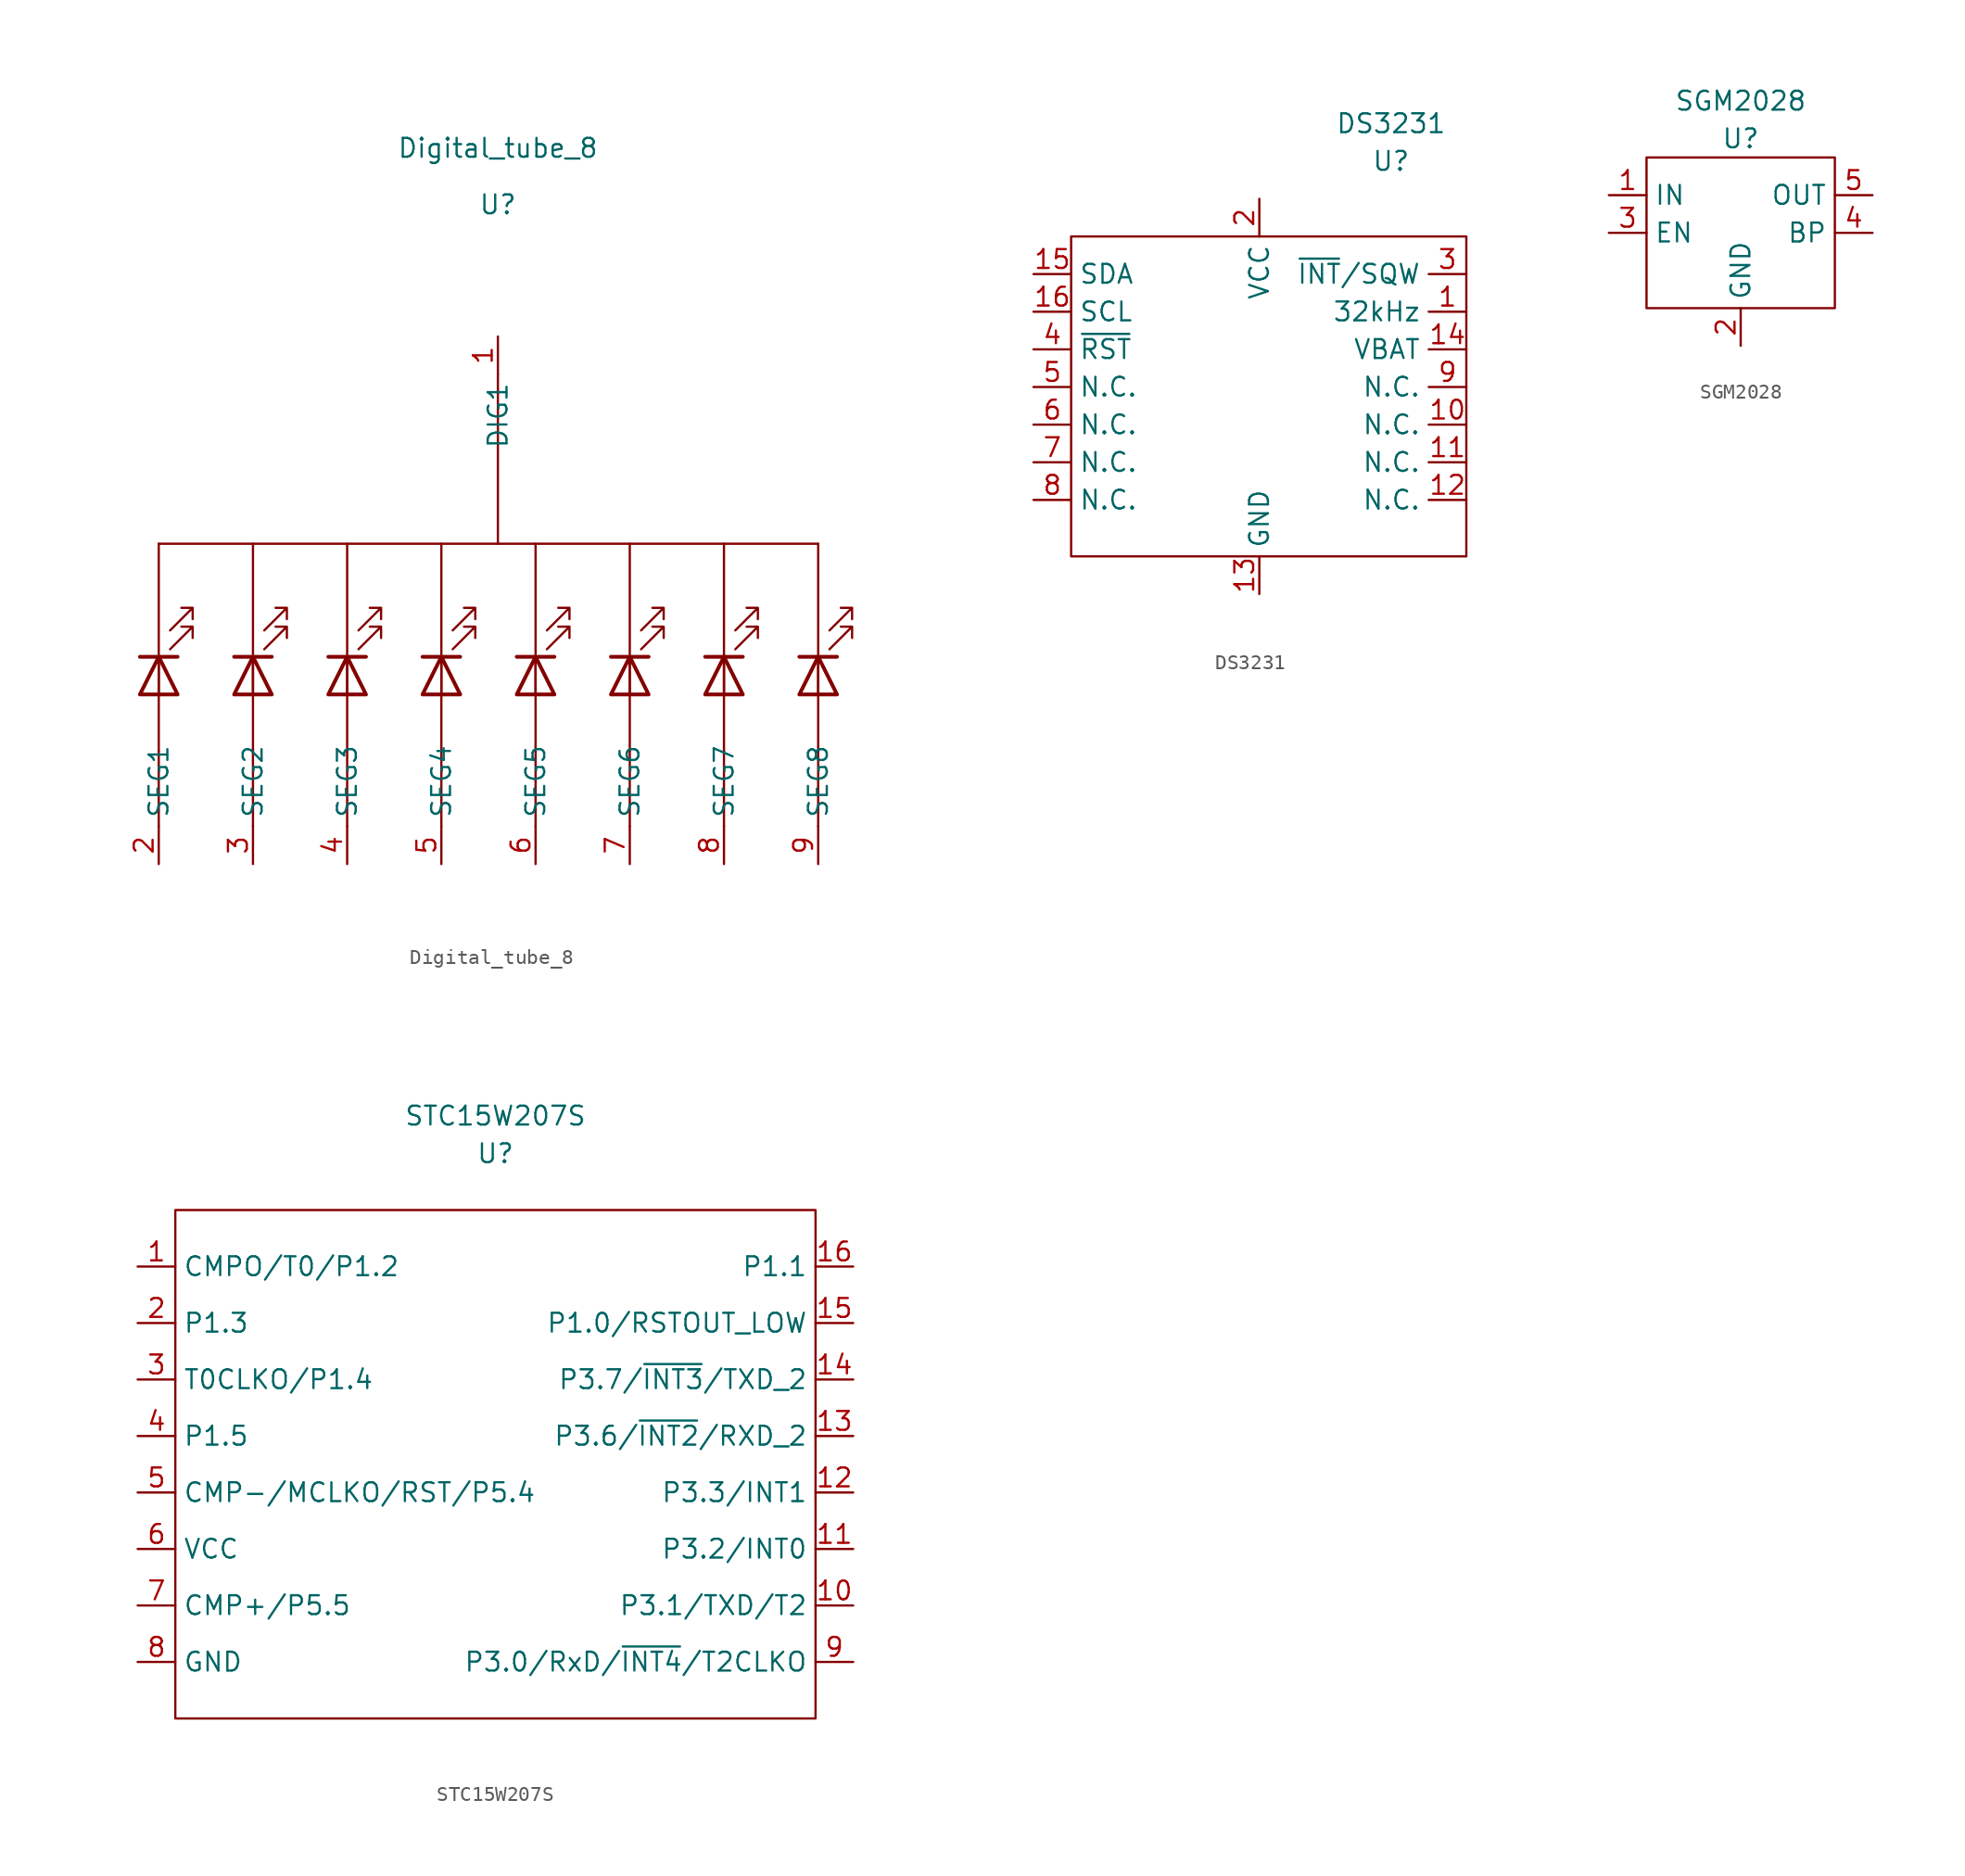
<source format=kicad_sym>
(kicad_symbol_lib
  (version 20220914)
  (generator kicad_symbol_editor)
  (symbol "Digital_tube_8"
    (property "Reference" "U"
      (at 0 5.08 0)
      (effects (font (size 1.27 1.27))))
    (property "Value" "Digital_tube_8"
      (at 0 8.89 0)
      (effects (font (size 1.27 1.27))))
    (symbol "Digital_tube_8_0_0"
      (polyline (pts (xy -22.86 -31.75) (xy -22.86 -36.83)) (stroke (width 0) (type default)) (fill (type none)))
      (polyline (pts (xy -22.86 -31.75) (xy -22.86 -17.78)) (stroke (width 0) (type default)) (fill (type none)))
      (polyline (pts (xy -22.86 -17.78) (xy 21.59 -17.78)) (stroke (width 0) (type default)) (fill (type none)))
      (polyline (pts (xy -16.51 -31.75) (xy -16.51 -36.83)) (stroke (width 0) (type default)) (fill (type none)))
      (polyline (pts (xy -16.51 -31.75) (xy -16.51 -17.78)) (stroke (width 0) (type default)) (fill (type none)))
      (polyline (pts (xy -10.16 -31.75) (xy -10.16 -36.83)) (stroke (width 0) (type default)) (fill (type none)))
      (polyline (pts (xy -10.16 -31.75) (xy -10.16 -17.78)) (stroke (width 0) (type default)) (fill (type none)))
      (polyline (pts (xy -3.81 -31.75) (xy -3.81 -36.83)) (stroke (width 0) (type default)) (fill (type none)))
      (polyline (pts (xy -3.81 -31.75) (xy -3.81 -17.78)) (stroke (width 0) (type default)) (fill (type none)))
      (polyline (pts (xy 0 -17.78) (xy 0 -6.35)) (stroke (width 0) (type default)) (fill (type none)))
      (polyline (pts (xy 2.54 -31.75) (xy 2.54 -36.83)) (stroke (width 0) (type default)) (fill (type none)))
      (polyline (pts (xy 2.54 -31.75) (xy 2.54 -17.78)) (stroke (width 0) (type default)) (fill (type none)))
      (polyline (pts (xy 8.89 -31.75) (xy 8.89 -36.83)) (stroke (width 0) (type default)) (fill (type none)))
      (polyline (pts (xy 8.89 -31.75) (xy 8.89 -17.78)) (stroke (width 0) (type default)) (fill (type none)))
      (polyline (pts (xy 15.24 -31.75) (xy 15.24 -36.83)) (stroke (width 0) (type default)) (fill (type none)))
      (polyline (pts (xy 15.24 -31.75) (xy 15.24 -17.78)) (stroke (width 0) (type default)) (fill (type none)))
      (polyline (pts (xy 21.59 -31.75) (xy 21.59 -36.83)) (stroke (width 0) (type default)) (fill (type none)))
      (polyline (pts (xy 21.59 -31.75) (xy 21.59 -17.78)) (stroke (width 0) (type default)) (fill (type none)))
      (pin input line (at 0 -3.81 270) (length 2.54) (name "DIG1" (effects (font (size 1.27 1.27)))) (number "1" (effects (font (size 1.27 1.27)))))
      (pin input line (at -22.86 -39.37 90) (length 2.54) (name "SEG1" (effects (font (size 1.27 1.27)))) (number "2" (effects (font (size 1.27 1.27)))))
      (pin input line (at -16.51 -39.37 90) (length 2.54) (name "SEG2" (effects (font (size 1.27 1.27)))) (number "3" (effects (font (size 1.27 1.27)))))
      (pin input line (at -10.16 -39.37 90) (length 2.54) (name "SEG3" (effects (font (size 1.27 1.27)))) (number "4" (effects (font (size 1.27 1.27)))))
      (pin input line (at -3.81 -39.37 90) (length 2.54) (name "SEG4" (effects (font (size 1.27 1.27)))) (number "5" (effects (font (size 1.27 1.27)))))
      (pin input line (at 2.54 -39.37 90) (length 2.54) (name "SEG5" (effects (font (size 1.27 1.27)))) (number "6" (effects (font (size 1.27 1.27)))))
      (pin input line (at 8.89 -39.37 90) (length 2.54) (name "SEG6" (effects (font (size 1.27 1.27)))) (number "7" (effects (font (size 1.27 1.27)))))
      (pin input line (at 15.24 -39.37 90) (length 2.54) (name "SEG7" (effects (font (size 1.27 1.27)))) (number "8" (effects (font (size 1.27 1.27)))))
      (pin input line (at 21.59 -39.37 90) (length 2.54) (name "SEG8" (effects (font (size 1.27 1.27)))) (number "9" (effects (font (size 1.27 1.27))))))
    (symbol "Digital_tube_8_0_1"
      (polyline (pts (xy -22.86 -25.4) (xy -22.86 -27.94)) (stroke (width 0) (type default)) (fill (type none)))
      (polyline (pts (xy -21.59 -25.4) (xy -24.13 -25.4)) (stroke (width 0.254) (type default)) (fill (type none)))
      (polyline (pts (xy -16.51 -25.4) (xy -16.51 -27.94)) (stroke (width 0) (type default)) (fill (type none)))
      (polyline (pts (xy -15.24 -25.4) (xy -17.78 -25.4)) (stroke (width 0.254) (type default)) (fill (type none)))
      (polyline (pts (xy -10.16 -25.4) (xy -10.16 -27.94)) (stroke (width 0) (type default)) (fill (type none)))
      (polyline (pts (xy -8.89 -25.4) (xy -11.43 -25.4)) (stroke (width 0.254) (type default)) (fill (type none)))
      (polyline (pts (xy -3.81 -25.4) (xy -3.81 -27.94)) (stroke (width 0) (type default)) (fill (type none)))
      (polyline (pts (xy -2.54 -25.4) (xy -5.08 -25.4)) (stroke (width 0.254) (type default)) (fill (type none)))
      (polyline (pts (xy 2.54 -25.4) (xy 2.54 -27.94)) (stroke (width 0) (type default)) (fill (type none)))
      (polyline (pts (xy 3.81 -25.4) (xy 1.27 -25.4)) (stroke (width 0.254) (type default)) (fill (type none)))
      (polyline (pts (xy 8.89 -25.4) (xy 8.89 -27.94)) (stroke (width 0) (type default)) (fill (type none)))
      (polyline (pts (xy 10.16 -25.4) (xy 7.62 -25.4)) (stroke (width 0.254) (type default)) (fill (type none)))
      (polyline (pts (xy 15.24 -25.4) (xy 15.24 -27.94)) (stroke (width 0) (type default)) (fill (type none)))
      (polyline (pts (xy 16.51 -25.4) (xy 13.97 -25.4)) (stroke (width 0.254) (type default)) (fill (type none)))
      (polyline (pts (xy 21.59 -25.4) (xy 21.59 -27.94)) (stroke (width 0) (type default)) (fill (type none)))
      (polyline (pts (xy 22.86 -25.4) (xy 20.32 -25.4)) (stroke (width 0.254) (type default)) (fill (type none)))
      (polyline (pts (xy -21.59 -27.94) (xy -24.13 -27.94) (xy -22.86 -25.4) (xy -21.59 -27.94)) (stroke (width 0.254) (type default)) (fill (type none)))
      (polyline (pts (xy -15.24 -27.94) (xy -17.78 -27.94) (xy -16.51 -25.4) (xy -15.24 -27.94)) (stroke (width 0.254) (type default)) (fill (type none)))
      (polyline (pts (xy -8.89 -27.94) (xy -11.43 -27.94) (xy -10.16 -25.4) (xy -8.89 -27.94)) (stroke (width 0.254) (type default)) (fill (type none)))
      (polyline (pts (xy -2.54 -27.94) (xy -5.08 -27.94) (xy -3.81 -25.4) (xy -2.54 -27.94)) (stroke (width 0.254) (type default)) (fill (type none)))
      (polyline (pts (xy 3.81 -27.94) (xy 1.27 -27.94) (xy 2.54 -25.4) (xy 3.81 -27.94)) (stroke (width 0.254) (type default)) (fill (type none)))
      (polyline (pts (xy 10.16 -27.94) (xy 7.62 -27.94) (xy 8.89 -25.4) (xy 10.16 -27.94)) (stroke (width 0.254) (type default)) (fill (type none)))
      (polyline (pts (xy 16.51 -27.94) (xy 13.97 -27.94) (xy 15.24 -25.4) (xy 16.51 -27.94)) (stroke (width 0.254) (type default)) (fill (type none)))
      (polyline (pts (xy 22.86 -27.94) (xy 20.32 -27.94) (xy 21.59 -25.4) (xy 22.86 -27.94)) (stroke (width 0.254) (type default)) (fill (type none)))
      (polyline (pts (xy -22.098 -24.892) (xy -20.574 -23.368) (xy -20.574 -24.13) (xy -20.574 -23.368) (xy -21.336 -23.368)) (stroke (width 0) (type default)) (fill (type none)))
      (polyline (pts (xy -22.098 -23.622) (xy -20.574 -22.098) (xy -20.574 -22.86) (xy -20.574 -22.098) (xy -21.336 -22.098)) (stroke (width 0) (type default)) (fill (type none)))
      (polyline (pts (xy -15.748 -24.892) (xy -14.224 -23.368) (xy -14.224 -24.13) (xy -14.224 -23.368) (xy -14.986 -23.368)) (stroke (width 0) (type default)) (fill (type none)))
      (polyline (pts (xy -15.748 -23.622) (xy -14.224 -22.098) (xy -14.224 -22.86) (xy -14.224 -22.098) (xy -14.986 -22.098)) (stroke (width 0) (type default)) (fill (type none)))
      (polyline (pts (xy -9.398 -24.892) (xy -7.874 -23.368) (xy -7.874 -24.13) (xy -7.874 -23.368) (xy -8.636 -23.368)) (stroke (width 0) (type default)) (fill (type none)))
      (polyline (pts (xy -9.398 -23.622) (xy -7.874 -22.098) (xy -7.874 -22.86) (xy -7.874 -22.098) (xy -8.636 -22.098)) (stroke (width 0) (type default)) (fill (type none)))
      (polyline (pts (xy -3.048 -24.892) (xy -1.524 -23.368) (xy -1.524 -24.13) (xy -1.524 -23.368) (xy -2.286 -23.368)) (stroke (width 0) (type default)) (fill (type none)))
      (polyline (pts (xy -3.048 -23.622) (xy -1.524 -22.098) (xy -1.524 -22.86) (xy -1.524 -22.098) (xy -2.286 -22.098)) (stroke (width 0) (type default)) (fill (type none)))
      (polyline (pts (xy 3.302 -24.892) (xy 4.826 -23.368) (xy 4.826 -24.13) (xy 4.826 -23.368) (xy 4.064 -23.368)) (stroke (width 0) (type default)) (fill (type none)))
      (polyline (pts (xy 3.302 -23.622) (xy 4.826 -22.098) (xy 4.826 -22.86) (xy 4.826 -22.098) (xy 4.064 -22.098)) (stroke (width 0) (type default)) (fill (type none)))
      (polyline (pts (xy 9.652 -24.892) (xy 11.176 -23.368) (xy 11.176 -24.13) (xy 11.176 -23.368) (xy 10.414 -23.368)) (stroke (width 0) (type default)) (fill (type none)))
      (polyline (pts (xy 9.652 -23.622) (xy 11.176 -22.098) (xy 11.176 -22.86) (xy 11.176 -22.098) (xy 10.414 -22.098)) (stroke (width 0) (type default)) (fill (type none)))
      (polyline (pts (xy 16.002 -24.892) (xy 17.526 -23.368) (xy 17.526 -24.13) (xy 17.526 -23.368) (xy 16.764 -23.368)) (stroke (width 0) (type default)) (fill (type none)))
      (polyline (pts (xy 16.002 -23.622) (xy 17.526 -22.098) (xy 17.526 -22.86) (xy 17.526 -22.098) (xy 16.764 -22.098)) (stroke (width 0) (type default)) (fill (type none)))
      (polyline (pts (xy 22.352 -24.892) (xy 23.876 -23.368) (xy 23.876 -24.13) (xy 23.876 -23.368) (xy 23.114 -23.368)) (stroke (width 0) (type default)) (fill (type none)))
      (polyline (pts (xy 22.352 -23.622) (xy 23.876 -22.098) (xy 23.876 -22.86) (xy 23.876 -22.098) (xy 23.114 -22.098)) (stroke (width 0) (type default)) (fill (type none)))))
  (symbol "DS3231"
    (property "Reference" "U"
      (at 6.35 6.35 0)
      (effects (font (size 1.27 1.27))))
    (property "Value" "DS3231"
      (at 6.35 8.89 0)
      (effects (font (size 1.27 1.27))))
    (symbol "DS3231_0_0"
      (pin output line (at 11.43 -3.81 180) (length 2.54) (name "32kHz" (effects (font (size 1.27 1.27)))) (number "1" (effects (font (size 1.27 1.27)))))
      (pin free line (at 11.43 -11.43 180) (length 2.54) (name "N.C." (effects (font (size 1.27 1.27)))) (number "10" (effects (font (size 1.27 1.27)))))
      (pin free line (at 11.43 -13.97 180) (length 2.54) (name "N.C." (effects (font (size 1.27 1.27)))) (number "11" (effects (font (size 1.27 1.27)))))
      (pin free line (at 11.43 -16.51 180) (length 2.54) (name "N.C." (effects (font (size 1.27 1.27)))) (number "12" (effects (font (size 1.27 1.27)))))
      (pin power_in line (at -2.54 -22.86 90) (length 2.54) (name "GND" (effects (font (size 1.27 1.27)))) (number "13" (effects (font (size 1.27 1.27)))))
      (pin power_in line (at 11.43 -6.35 180) (length 2.54) (name "VBAT" (effects (font (size 1.27 1.27)))) (number "14" (effects (font (size 1.27 1.27)))))
      (pin bidirectional line (at -17.78 -1.27 0) (length 2.54) (name "SDA" (effects (font (size 1.27 1.27)))) (number "15" (effects (font (size 1.27 1.27)))))
      (pin bidirectional line (at -17.78 -3.81 0) (length 2.54) (name "SCL" (effects (font (size 1.27 1.27)))) (number "16" (effects (font (size 1.27 1.27)))))
      (pin power_in line (at -2.54 3.81 270) (length 2.54) (name "VCC" (effects (font (size 1.27 1.27)))) (number "2" (effects (font (size 1.27 1.27)))))
      (pin output line (at 11.43 -1.27 180) (length 2.54) (name "~{INT}/SQW" (effects (font (size 1.27 1.27)))) (number "3" (effects (font (size 1.27 1.27)))))
      (pin output line (at -17.78 -6.35 0) (length 2.54) (name "~{RST}" (effects (font (size 1.27 1.27)))) (number "4" (effects (font (size 1.27 1.27)))))
      (pin free line (at -17.78 -8.89 0) (length 2.54) (name "N.C." (effects (font (size 1.27 1.27)))) (number "5" (effects (font (size 1.27 1.27)))))
      (pin free line (at -17.78 -11.43 0) (length 2.54) (name "N.C." (effects (font (size 1.27 1.27)))) (number "6" (effects (font (size 1.27 1.27)))))
      (pin free line (at -17.78 -13.97 0) (length 2.54) (name "N.C." (effects (font (size 1.27 1.27)))) (number "7" (effects (font (size 1.27 1.27)))))
      (pin free line (at -17.78 -16.51 0) (length 2.54) (name "N.C." (effects (font (size 1.27 1.27)))) (number "8" (effects (font (size 1.27 1.27)))))
      (pin free line (at 11.43 -8.89 180) (length 2.54) (name "N.C." (effects (font (size 1.27 1.27)))) (number "9" (effects (font (size 1.27 1.27))))))
    (symbol "DS3231_0_1"
      (rectangle (start -15.24 1.27) (end 11.43 -20.32) (stroke (width 0) (type default)) (fill (type none)))))
  (symbol "SGM2028"
    (property "Reference" "U"
      (at 0 1.27 0)
      (effects (font (size 1.27 1.27))))
    (property "Value" "SGM2028"
      (at 0 3.81 0)
      (effects (font (size 1.27 1.27))))
    (symbol "SGM2028_0_0"
      (pin power_in line (at -8.89 -2.54 0) (length 2.54) (name "IN" (effects (font (size 1.27 1.27)))) (number "1" (effects (font (size 1.27 1.27)))))
      (pin power_in line (at 0 -12.7 90) (length 2.54) (name "GND" (effects (font (size 1.27 1.27)))) (number "2" (effects (font (size 1.27 1.27)))))
      (pin input line (at -8.89 -5.08 0) (length 2.54) (name "EN" (effects (font (size 1.27 1.27)))) (number "3" (effects (font (size 1.27 1.27)))))
      (pin output line (at 8.89 -5.08 180) (length 2.54) (name "BP" (effects (font (size 1.27 1.27)))) (number "4" (effects (font (size 1.27 1.27)))))
      (pin power_out line (at 8.89 -2.54 180) (length 2.54) (name "OUT" (effects (font (size 1.27 1.27)))) (number "5" (effects (font (size 1.27 1.27))))))
    (symbol "SGM2028_0_1"
      (rectangle (start -6.35 0) (end 6.35 -10.16) (stroke (width 0) (type default)) (fill (type none)))))
  (symbol "STC15W207S"
    (property "Reference" "U"
      (at 5.08 3.81 0)
      (effects (font (size 1.27 1.27))))
    (property "Value" "STC15W207S"
      (at 5.08 6.35 0)
      (effects (font (size 1.27 1.27))))
    (symbol "STC15W207S_0_0"
      (pin bidirectional line (at -19.05 -3.81 0) (length 2.54) (name "CMPO/T0/P1.2" (effects (font (size 1.27 1.27)))) (number "1" (effects (font (size 1.27 1.27)))))
      (pin bidirectional line (at 29.21 -26.67 180) (length 2.54) (name "P3.1/TXD/T2" (effects (font (size 1.27 1.27)))) (number "10" (effects (font (size 1.27 1.27)))))
      (pin bidirectional line (at 29.21 -22.86 180) (length 2.54) (name "P3.2/INT0" (effects (font (size 1.27 1.27)))) (number "11" (effects (font (size 1.27 1.27)))))
      (pin bidirectional line (at 29.21 -19.05 180) (length 2.54) (name "P3.3/INT1" (effects (font (size 1.27 1.27)))) (number "12" (effects (font (size 1.27 1.27)))))
      (pin bidirectional line (at 29.21 -15.24 180) (length 2.54) (name "P3.6/~{INT2}/RXD_2" (effects (font (size 1.27 1.27)))) (number "13" (effects (font (size 1.27 1.27)))))
      (pin bidirectional line (at 29.21 -11.43 180) (length 2.54) (name "P3.7/~{INT3}/TXD_2" (effects (font (size 1.27 1.27)))) (number "14" (effects (font (size 1.27 1.27)))))
      (pin bidirectional line (at 29.21 -7.62 180) (length 2.54) (name "P1.0/RSTOUT_LOW" (effects (font (size 1.27 1.27)))) (number "15" (effects (font (size 1.27 1.27)))))
      (pin bidirectional line (at 29.21 -3.81 180) (length 2.54) (name "P1.1" (effects (font (size 1.27 1.27)))) (number "16" (effects (font (size 1.27 1.27)))))
      (pin bidirectional line (at -19.05 -7.62 0) (length 2.54) (name "P1.3" (effects (font (size 1.27 1.27)))) (number "2" (effects (font (size 1.27 1.27)))))
      (pin bidirectional line (at -19.05 -11.43 0) (length 2.54) (name "T0CLKO/P1.4" (effects (font (size 1.27 1.27)))) (number "3" (effects (font (size 1.27 1.27)))))
      (pin bidirectional line (at -19.05 -15.24 0) (length 2.54) (name "P1.5" (effects (font (size 1.27 1.27)))) (number "4" (effects (font (size 1.27 1.27)))))
      (pin bidirectional line (at -19.05 -19.05 0) (length 2.54) (name "CMP-/MCLKO/RST/P5.4" (effects (font (size 1.27 1.27)))) (number "5" (effects (font (size 1.27 1.27)))))
      (pin power_in line (at -19.05 -22.86 0) (length 2.54) (name "VCC" (effects (font (size 1.27 1.27)))) (number "6" (effects (font (size 1.27 1.27)))))
      (pin bidirectional line (at -19.05 -26.67 0) (length 2.54) (name "CMP+/P5.5" (effects (font (size 1.27 1.27)))) (number "7" (effects (font (size 1.27 1.27)))))
      (pin power_in line (at -19.05 -30.48 0) (length 2.54) (name "GND" (effects (font (size 1.27 1.27)))) (number "8" (effects (font (size 1.27 1.27)))))
      (pin bidirectional line (at 29.21 -30.48 180) (length 2.54) (name "P3.0/RxD/~{INT4}/T2CLKO" (effects (font (size 1.27 1.27)))) (number "9" (effects (font (size 1.27 1.27))))))
    (symbol "STC15W207S_0_1"
      (rectangle (start -16.51 0) (end 26.67 -34.29) (stroke (width 0) (type default)) (fill (type none))))))
</source>
